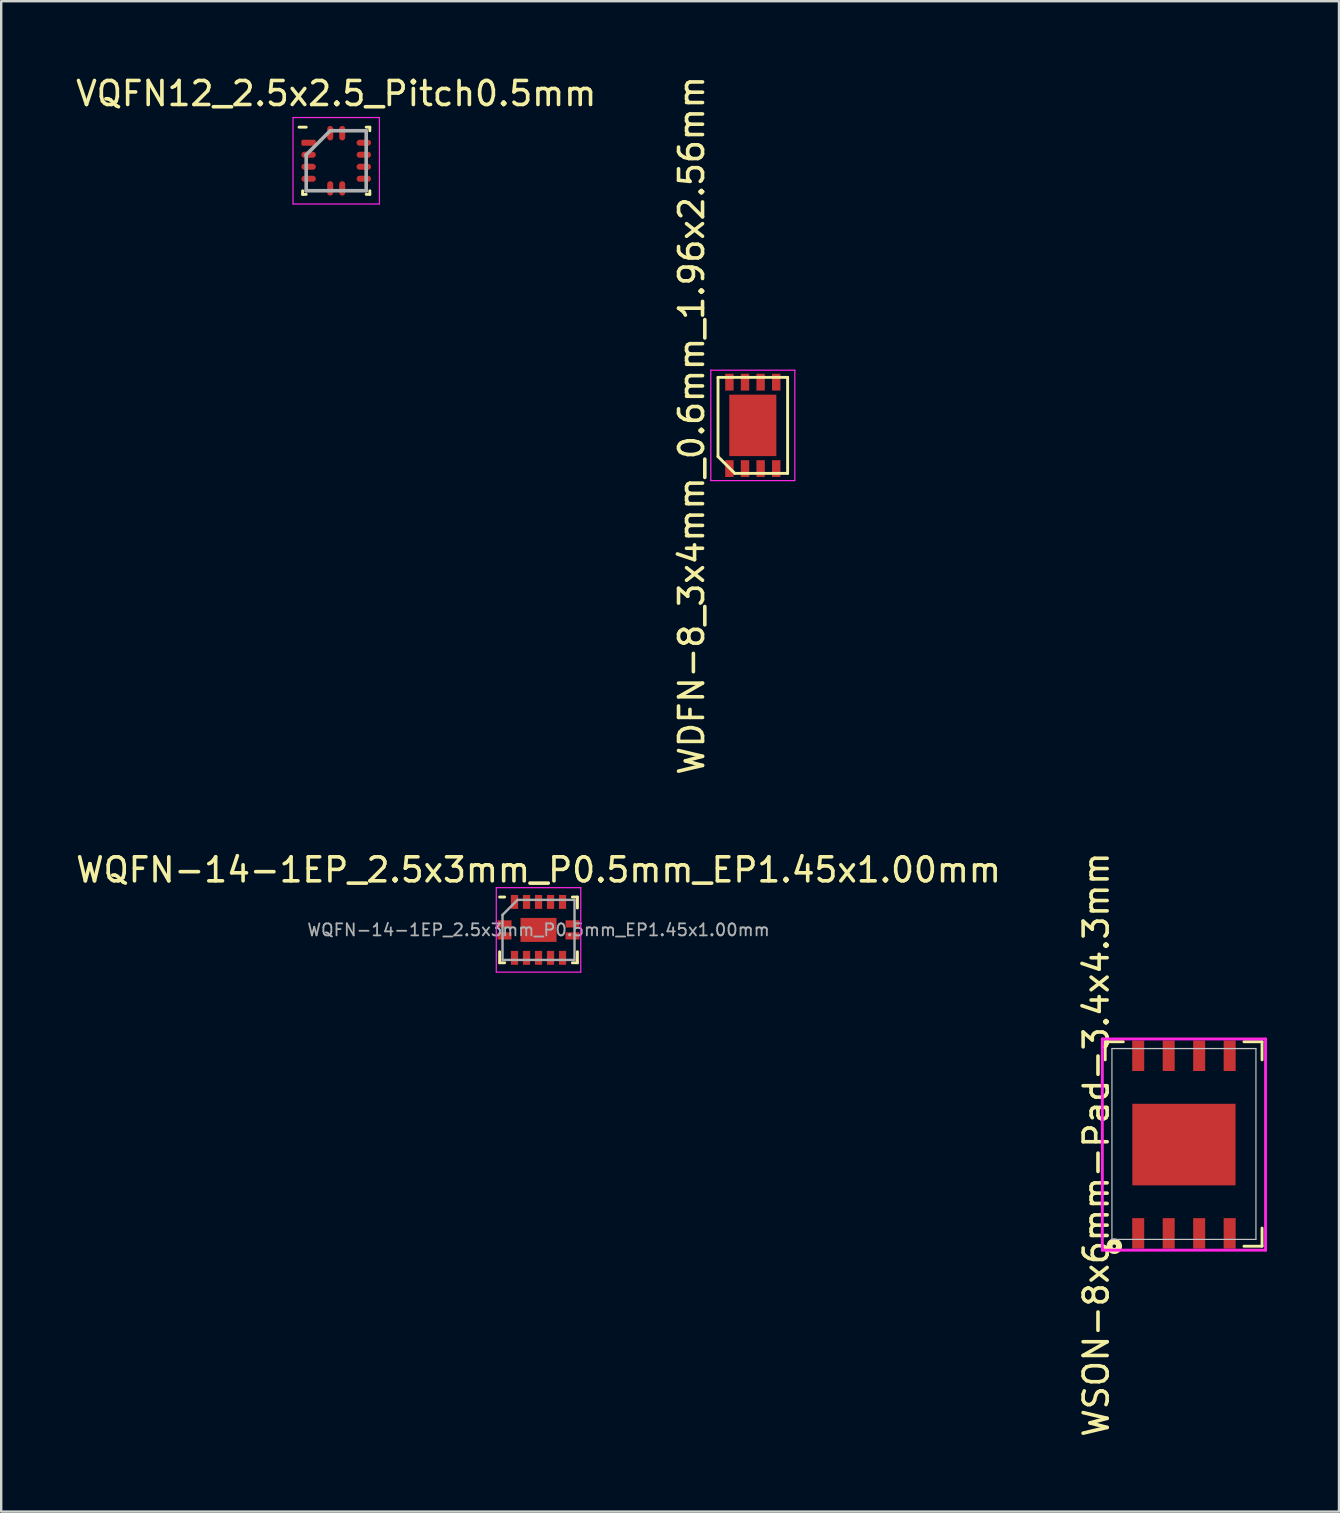
<source format=kicad_pcb>
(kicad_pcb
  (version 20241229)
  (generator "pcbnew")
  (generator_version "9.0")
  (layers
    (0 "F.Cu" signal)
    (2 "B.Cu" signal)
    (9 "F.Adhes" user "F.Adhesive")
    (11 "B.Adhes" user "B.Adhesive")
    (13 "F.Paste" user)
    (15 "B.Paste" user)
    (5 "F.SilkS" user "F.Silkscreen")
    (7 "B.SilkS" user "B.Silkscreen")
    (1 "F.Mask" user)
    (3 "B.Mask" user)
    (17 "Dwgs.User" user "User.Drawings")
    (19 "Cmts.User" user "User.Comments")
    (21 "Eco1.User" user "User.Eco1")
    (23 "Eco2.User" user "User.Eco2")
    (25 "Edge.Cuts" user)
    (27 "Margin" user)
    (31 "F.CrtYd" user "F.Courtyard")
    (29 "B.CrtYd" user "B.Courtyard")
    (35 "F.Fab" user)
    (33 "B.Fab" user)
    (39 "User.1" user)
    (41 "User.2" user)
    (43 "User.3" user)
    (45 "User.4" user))
  (footprint "WSON-8x6mm-Pad-3.4x4.3mm"
    (layer "F.Cu")
    (at 46.277 44.637)
    (property "Reference" "WSON-8x6mm-Pad-3.4x4.3mm" (at -3.655 0 90) (layer "F.SilkS") (effects (font (size 1 1) (thickness 0.15))))
    (attr smd)
    (fp_line (start -3.28 -3.53) (end -3.28 -4.285) (stroke (width 0.12) (type solid)) (layer "F.SilkS"))
    (fp_line (start -2.525 -4.285) (end -3.28 -4.285) (stroke (width 0.12) (type solid)) (layer "F.SilkS"))
    (fp_line (start 3.255 -4.285) (end 2.5 -4.285) (stroke (width 0.12) (type solid)) (layer "F.SilkS"))
    (fp_line (start 3.255 -4.285) (end 3.255 -3.53) (stroke (width 0.12) (type solid)) (layer "F.SilkS"))
    (fp_line (start 3.255 4.235) (end 2.5 4.235) (stroke (width 0.12) (type solid)) (layer "F.SilkS"))
    (fp_line (start 3.255 4.235) (end 3.255 3.48) (stroke (width 0.12) (type solid)) (layer "F.SilkS"))
    (fp_circle (center -2.902 4.235) (end -2.828 4.235) (stroke (width 0.25) (type solid)) (fill no) (layer "F.SilkS"))
    (fp_line (start -3 -4) (end 3 -4) (stroke (width 0.05) (type solid)) (layer "Dwgs.User"))
    (fp_line (start -3 3.95) (end -3 -4) (stroke (width 0.05) (type solid)) (layer "Dwgs.User"))
    (fp_line (start -3 3.95) (end 3 3.95) (stroke (width 0.05) (type solid)) (layer "Dwgs.User"))
    (fp_line (start 3 -4) (end 3 3.95) (stroke (width 0.05) (type solid)) (layer "Dwgs.User"))
    (fp_line (start -3.4 -4.4) (end 3.4 -4.4) (stroke (width 0.12) (type solid)) (layer "F.CrtYd"))
    (fp_line (start -3.4 4.4) (end -3.4 -4.4) (stroke (width 0.12) (type solid)) (layer "F.CrtYd"))
    (fp_line (start 3.4 -4.4) (end 3.4 4.4) (stroke (width 0.12) (type solid)) (layer "F.CrtYd"))
    (fp_line (start 3.4 4.4) (end -3.4 4.4) (stroke (width 0.12) (type solid)) (layer "F.CrtYd"))
    (pad "1" smd rect (at -1.905 3.7) (size 0.5 1.27) (layers "F.Cu" "F.Mask" "F.Paste"))
    (pad "2" smd rect (at -0.635 3.7) (size 0.5 1.27) (layers "F.Cu" "F.Mask" "F.Paste"))
    (pad "3" smd rect (at 0.635 3.7) (size 0.5 1.27) (layers "F.Cu" "F.Mask" "F.Paste"))
    (pad "4" smd rect (at 1.905 3.7) (size 0.5 1.27) (layers "F.Cu" "F.Mask" "F.Paste"))
    (pad "5" smd rect (at 1.905 -3.7) (size 0.5 1.27) (layers "F.Cu" "F.Mask" "F.Paste"))
    (pad "6" smd rect (at 0.635 -3.7) (size 0.5 1.27) (layers "F.Cu" "F.Mask" "F.Paste"))
    (pad "7" smd rect (at -0.635 -3.7) (size 0.5 1.27) (layers "F.Cu" "F.Mask" "F.Paste"))
    (pad "8" smd rect (at -1.905 -3.7) (size 0.5 1.27) (layers "F.Cu" "F.Mask" "F.Paste"))
    (pad "9" smd rect (at 0 0 90) (size 3.4 4.3) (layers "F.Cu" "F.Mask" "F.Paste")))
  (footprint "VQFN12_2.5x2.5_Pitch0.5mm"
    (layer "F.Cu")
    (at 10.958 3.648)
    (property "Reference" "VQFN12_2.5x2.5_Pitch0.5mm" (at 0 -2.8 0) (layer "F.SilkS") (effects (font (size 1 1) (thickness 0.15))))
    (attr smd)
    (fp_line (start -1.4 1.4) (end -1.4 1.25) (stroke (width 0.12) (type solid)) (layer "F.SilkS"))
    (fp_line (start -1.25 -1.4) (end -1.55 -1.4) (stroke (width 0.12) (type solid)) (layer "F.SilkS"))
    (fp_line (start -1.25 1.4) (end -1.4 1.4) (stroke (width 0.12) (type solid)) (layer "F.SilkS"))
    (fp_line (start 1.25 -1.4) (end 1.4 -1.4) (stroke (width 0.12) (type solid)) (layer "F.SilkS"))
    (fp_line (start 1.25 1.4) (end 1.4 1.4) (stroke (width 0.12) (type solid)) (layer "F.SilkS"))
    (fp_line (start 1.4 -1.4) (end 1.4 -1.25) (stroke (width 0.12) (type solid)) (layer "F.SilkS"))
    (fp_line (start 1.4 1.4) (end 1.4 1.25) (stroke (width 0.12) (type solid)) (layer "F.SilkS"))
    (fp_line (start -1.8 -1.8) (end 1.8 -1.8) (stroke (width 0.05) (type solid)) (layer "F.CrtYd"))
    (fp_line (start -1.8 1.8) (end -1.8 -1.8) (stroke (width 0.05) (type solid)) (layer "F.CrtYd"))
    (fp_line (start 1.8 -1.8) (end 1.8 1.8) (stroke (width 0.05) (type solid)) (layer "F.CrtYd"))
    (fp_line (start 1.8 1.8) (end -1.8 1.8) (stroke (width 0.05) (type solid)) (layer "F.CrtYd"))
    (fp_line (start -1.25 -0.25) (end -1.25 1.25) (stroke (width 0.15) (type solid)) (layer "F.Fab"))
    (fp_line (start -1.25 1.25) (end 1.25 1.25) (stroke (width 0.15) (type solid)) (layer "F.Fab"))
    (fp_line (start -0.25 -1.25) (end -1.25 -0.25) (stroke (width 0.15) (type solid)) (layer "F.Fab"))
    (fp_line (start 1.25 -1.25) (end -0.25 -1.25) (stroke (width 0.15) (type solid)) (layer "F.Fab"))
    (fp_line (start 1.25 1.25) (end 1.25 -1.25) (stroke (width 0.15) (type solid)) (layer "F.Fab"))
    (pad "1" smd roundrect (at -1.15 -0.75 90) (size 0.25 0.6) (layers "F.Cu" "F.Mask" "F.Paste") (roundrect_rratio 0.25))
    (pad "2" smd oval (at -1.15 -0.25 90) (size 0.25 0.6) (layers "F.Cu" "F.Mask" "F.Paste"))
    (pad "3" smd oval (at -1.15 0.25 90) (size 0.25 0.6) (layers "F.Cu" "F.Mask" "F.Paste"))
    (pad "4" smd oval (at -1.15 0.75 90) (size 0.25 0.6) (layers "F.Cu" "F.Mask" "F.Paste"))
    (pad "5" smd oval (at -0.25 1.15) (size 0.25 0.6) (layers "F.Cu" "F.Mask" "F.Paste"))
    (pad "6" smd oval (at 0.25 1.15) (size 0.25 0.6) (layers "F.Cu" "F.Mask" "F.Paste"))
    (pad "7" smd oval (at 1.15 0.75 90) (size 0.25 0.6) (layers "F.Cu" "F.Mask" "F.Paste"))
    (pad "8" smd oval (at 1.15 0.25 90) (size 0.25 0.6) (layers "F.Cu" "F.Mask" "F.Paste"))
    (pad "9" smd oval (at 1.15 -0.25 90) (size 0.25 0.6) (layers "F.Cu" "F.Mask" "F.Paste"))
    (pad "10" smd oval (at 1.15 -0.75 90) (size 0.25 0.6) (layers "F.Cu" "F.Mask" "F.Paste"))
    (pad "11" smd oval (at 0.25 -1.15) (size 0.25 0.6) (layers "F.Cu" "F.Mask" "F.Paste"))
    (pad "12" smd oval (at -0.25 -1.15) (size 0.25 0.6) (layers "F.Cu" "F.Mask" "F.Paste")))
  (footprint "WQFN-14-1EP_2.5x3mm_P0.5mm_EP1.45x1.00mm"
    (layer "F.Cu")
    (at 19.387 35.693)
    (property "Reference" "WQFN-14-1EP_2.5x3mm_P0.5mm_EP1.45x1.00mm" (at 0 -2.5 0) (layer "F.SilkS") (effects (font (size 1 1) (thickness 0.15))))
    (attr smd)
    (fp_line (start -1.62 1.37) (end -1.62 0.91) (stroke (width 0.12) (type solid)) (layer "F.SilkS"))
    (fp_line (start -1.41 -1.37) (end -1.62 -1.37) (stroke (width 0.12) (type solid)) (layer "F.SilkS"))
    (fp_line (start -1.41 1.37) (end -1.62 1.37) (stroke (width 0.12) (type solid)) (layer "F.SilkS"))
    (fp_line (start 1.41 -1.37) (end 1.62 -1.37) (stroke (width 0.12) (type solid)) (layer "F.SilkS"))
    (fp_line (start 1.41 1.37) (end 1.62 1.37) (stroke (width 0.12) (type solid)) (layer "F.SilkS"))
    (fp_line (start 1.62 -1.37) (end 1.62 -0.91) (stroke (width 0.12) (type solid)) (layer "F.SilkS"))
    (fp_line (start 1.62 1.37) (end 1.62 0.91) (stroke (width 0.12) (type solid)) (layer "F.SilkS"))
    (fp_line (start -1.76 -1.76) (end 1.76 -1.76) (stroke (width 0.05) (type solid)) (layer "F.CrtYd"))
    (fp_line (start -1.76 1.76) (end -1.76 -1.76) (stroke (width 0.05) (type solid)) (layer "F.CrtYd"))
    (fp_line (start 1.76 -1.76) (end 1.76 1.76) (stroke (width 0.05) (type solid)) (layer "F.CrtYd"))
    (fp_line (start 1.76 1.76) (end -1.76 1.76) (stroke (width 0.05) (type solid)) (layer "F.CrtYd"))
    (fp_line (start -1.5 -0.625) (end -1.5 1.25) (stroke (width 0.1) (type solid)) (layer "F.Fab"))
    (fp_line (start -1.5 1.25) (end 1.5 1.25) (stroke (width 0.1) (type solid)) (layer "F.Fab"))
    (fp_line (start -0.875 -1.25) (end -1.5 -0.625) (stroke (width 0.1) (type solid)) (layer "F.Fab"))
    (fp_line (start 1.5 -1.25) (end -0.875 -1.25) (stroke (width 0.1) (type solid)) (layer "F.Fab"))
    (fp_line (start 1.5 1.25) (end 1.5 -1.25) (stroke (width 0.1) (type solid)) (layer "F.Fab"))
    (fp_text user "${REFERENCE}" (at 0 0 0) (layer "F.Fab") (effects (font (size 0.5 0.5) (thickness 0.075))))
    (pad "" smd rect (at -0.362 0) (size 0.55 0.55) (layers "F.Paste"))
    (pad "" smd rect (at 0.362 0) (size 0.55 0.55) (layers "F.Paste"))
    (pad "1" smd rect (at -1.415 0.25) (size 0.58 0.3) (layers "F.Cu" "F.Mask" "F.Paste"))
    (pad "2" smd rect (at -1 1.165 90) (size 0.58 0.3) (layers "F.Cu" "F.Mask" "F.Paste"))
    (pad "3" smd rect (at -0.5 1.165) (size 0.3 0.58) (layers "F.Cu" "F.Mask" "F.Paste"))
    (pad "4" smd rect (at 0 1.165) (size 0.3 0.58) (layers "F.Cu" "F.Mask" "F.Paste"))
    (pad "5" smd rect (at 0.5 1.165) (size 0.3 0.58) (layers "F.Cu" "F.Mask" "F.Paste"))
    (pad "6" smd rect (at 1 1.165) (size 0.3 0.58) (layers "F.Cu" "F.Mask" "F.Paste"))
    (pad "7" smd rect (at 1.415 0.25) (size 0.58 0.3) (layers "F.Cu" "F.Mask" "F.Paste"))
    (pad "8" smd rect (at 1.415 -0.25) (size 0.58 0.3) (layers "F.Cu" "F.Mask" "F.Paste"))
    (pad "9" smd rect (at 1 -1.165 90) (size 0.58 0.3) (layers "F.Cu" "F.Mask" "F.Paste"))
    (pad "10" smd rect (at 0.5 -1.165) (size 0.3 0.58) (layers "F.Cu" "F.Mask" "F.Paste"))
    (pad "11" smd rect (at 0 -1.165) (size 0.3 0.58) (layers "F.Cu" "F.Mask" "F.Paste"))
    (pad "12" smd rect (at -0.5 -1.165) (size 0.3 0.58) (layers "F.Cu" "F.Mask" "F.Paste"))
    (pad "13" smd rect (at -1 -1.165) (size 0.3 0.58) (layers "F.Cu" "F.Mask" "F.Paste"))
    (pad "14" smd rect (at -1.415 -0.25) (size 0.58 0.3) (layers "F.Cu" "F.Mask" "F.Paste"))
    (pad "15" smd rect (at 0 0) (size 1.5 1) (layers "F.Cu" "F.Mask")))
  (footprint "WDFN-8_3x4mm_0.6mm_1.96x2.56mm"
    (layer "F.Cu")
    (at 28.315 14.673)
    (property "Reference" "WDFN-8_3x4mm_0.6mm_1.96x2.56mm" (at -2.55 0 90) (layer "F.SilkS") (effects (font (size 1 1) (thickness 0.15))))
    (attr smd)
    (fp_line (start -1.45 -2) (end 1.45 -2) (stroke (width 0.12) (type solid)) (layer "F.SilkS"))
    (fp_line (start -1.45 1.3) (end -1.45 -2) (stroke (width 0.12) (type solid)) (layer "F.SilkS"))
    (fp_line (start -0.75 2) (end -1.45 1.3) (stroke (width 0.12) (type solid)) (layer "F.SilkS"))
    (fp_line (start 1.45 -2) (end 1.45 2) (stroke (width 0.12) (type solid)) (layer "F.SilkS"))
    (fp_line (start 1.45 2) (end -0.75 2) (stroke (width 0.12) (type solid)) (layer "F.SilkS"))
    (fp_line (start -1.75 -2.3) (end 1.75 -2.3) (stroke (width 0.05) (type solid)) (layer "F.CrtYd"))
    (fp_line (start -1.75 2.3) (end -1.75 -2.3) (stroke (width 0.05) (type solid)) (layer "F.CrtYd"))
    (fp_line (start 1.75 -2.3) (end 1.75 2.3) (stroke (width 0.05) (type solid)) (layer "F.CrtYd"))
    (fp_line (start 1.75 2.3) (end -1.75 2.3) (stroke (width 0.05) (type solid)) (layer "F.CrtYd"))
    (pad "1" smd rect (at -0.975 1.8) (size 0.35 0.7) (layers "F.Cu" "F.Mask" "F.Paste"))
    (pad "2" smd rect (at -0.325 1.8) (size 0.35 0.7) (layers "F.Cu" "F.Mask" "F.Paste"))
    (pad "3" smd rect (at 0.325 1.8) (size 0.35 0.7) (layers "F.Cu" "F.Mask" "F.Paste"))
    (pad "4" smd rect (at 0.975 1.8) (size 0.35 0.7) (layers "F.Cu" "F.Mask" "F.Paste"))
    (pad "5" smd rect (at 0.975 -1.8) (size 0.35 0.7) (layers "F.Cu" "F.Mask" "F.Paste"))
    (pad "6" smd rect (at 0.325 -1.8) (size 0.35 0.7) (layers "F.Cu" "F.Mask" "F.Paste"))
    (pad "7" smd rect (at -0.325 -1.8) (size 0.35 0.7) (layers "F.Cu" "F.Mask" "F.Paste"))
    (pad "8" smd rect (at -0.975 -1.8) (size 0.35 0.7) (layers "F.Cu" "F.Mask" "F.Paste"))
    (pad "9" smd rect (at 0 0) (size 1.96 2.56) (layers "F.Cu" "F.Mask" "F.Paste")))
  (gr_rect
    (start -3 -3)
    (end 52.737 59.929)
    (stroke (width 0.1) (type default))
    (fill no)
    (layer "Edge.Cuts")))
</source>
